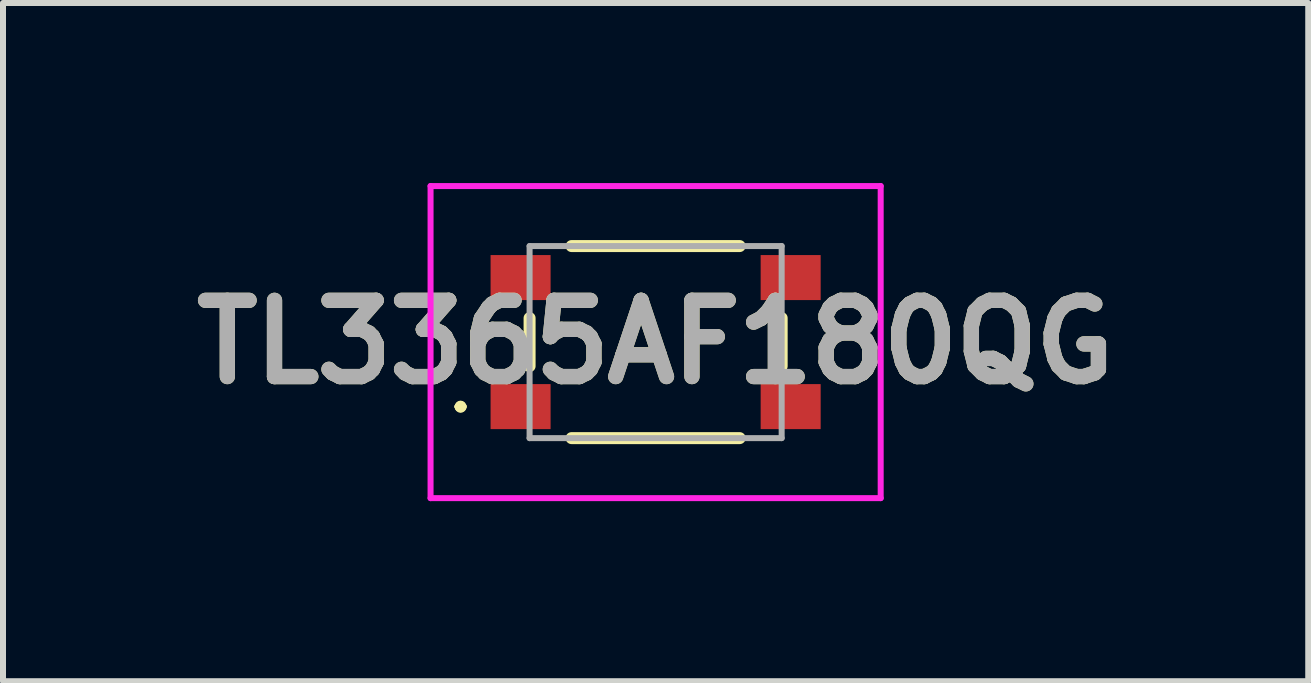
<source format=kicad_pcb>
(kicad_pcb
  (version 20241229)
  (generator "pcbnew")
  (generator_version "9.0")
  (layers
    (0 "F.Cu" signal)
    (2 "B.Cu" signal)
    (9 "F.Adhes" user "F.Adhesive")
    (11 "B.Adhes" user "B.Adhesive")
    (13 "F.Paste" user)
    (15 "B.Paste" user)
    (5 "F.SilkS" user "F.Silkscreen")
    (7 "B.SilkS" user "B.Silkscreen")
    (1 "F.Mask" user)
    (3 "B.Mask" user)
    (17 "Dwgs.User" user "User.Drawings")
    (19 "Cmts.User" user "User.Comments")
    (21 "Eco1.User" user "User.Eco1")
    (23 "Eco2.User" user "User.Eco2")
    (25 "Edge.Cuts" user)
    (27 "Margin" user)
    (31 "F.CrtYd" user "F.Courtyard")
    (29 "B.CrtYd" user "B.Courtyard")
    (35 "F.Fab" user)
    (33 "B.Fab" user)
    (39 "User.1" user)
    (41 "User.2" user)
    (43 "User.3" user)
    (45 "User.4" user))
  (footprint "TL3365AF180QG"
    (layer "F.Cu")
    (at 7.874 2.65)
    (property "Reference" "TL3365AF180QG" (at 0 0 0) (layer "F.SilkS") (effects (font (size 1.27 1.27) (thickness 0.254))))
    (attr smd)
    (fp_line (start -3.3 1.075) (end -3.3 1.075) (stroke (width 0.1) (type solid)) (layer "F.SilkS"))
    (fp_line (start -3.3 1.075) (end -3.3 1.075) (stroke (width 0.1) (type solid)) (layer "F.SilkS"))
    (fp_line (start -3.2 1.075) (end -3.2 1.075) (stroke (width 0.1) (type solid)) (layer "F.SilkS"))
    (fp_line (start -2.1 -0.4) (end -2.1 0.4) (stroke (width 0.2) (type solid)) (layer "F.SilkS"))
    (fp_line (start -1.4 -1.6) (end 1.4 -1.6) (stroke (width 0.2) (type solid)) (layer "F.SilkS"))
    (fp_line (start -1.4 1.6) (end 1.4 1.6) (stroke (width 0.2) (type solid)) (layer "F.SilkS"))
    (fp_line (start 2.1 -0.4) (end 2.1 0.4) (stroke (width 0.2) (type solid)) (layer "F.SilkS"))
    (fp_arc (start -3.3 1.075) (mid -3.25 1.025) (end -3.2 1.075) (stroke (width 0.1) (type solid)) (layer "F.SilkS"))
    (fp_arc (start -3.2 1.075) (mid -3.25 1.125) (end -3.3 1.075) (stroke (width 0.1) (type solid)) (layer "F.SilkS"))
    (fp_arc (start -3.2 1.075) (mid -3.25 1.125) (end -3.3 1.075) (stroke (width 0.1) (type solid)) (layer "F.SilkS"))
    (fp_line (start -3.75 -2.6) (end 3.75 -2.6) (stroke (width 0.1) (type solid)) (layer "F.CrtYd"))
    (fp_line (start -3.75 2.6) (end -3.75 -2.6) (stroke (width 0.1) (type solid)) (layer "F.CrtYd"))
    (fp_line (start 3.75 -2.6) (end 3.75 2.6) (stroke (width 0.1) (type solid)) (layer "F.CrtYd"))
    (fp_line (start 3.75 2.6) (end -3.75 2.6) (stroke (width 0.1) (type solid)) (layer "F.CrtYd"))
    (fp_line (start -2.1 -1.6) (end -2.1 1.6) (stroke (width 0.1) (type solid)) (layer "F.Fab"))
    (fp_line (start -2.1 1.6) (end 2.1 1.6) (stroke (width 0.1) (type solid)) (layer "F.Fab"))
    (fp_line (start 2.1 -1.6) (end -2.1 -1.6) (stroke (width 0.1) (type solid)) (layer "F.Fab"))
    (fp_line (start 2.1 1.6) (end 2.1 -1.6) (stroke (width 0.1) (type solid)) (layer "F.Fab"))
    (fp_text user "${REFERENCE}" (at 0 0 0) (layer "F.Fab") (effects (font (size 1.27 1.27) (thickness 0.254))))
    (pad "1" smd rect (at -2.25 -1.075 90) (size 0.75 1) (layers "F.Cu" "F.Mask" "F.Paste"))
    (pad "1" smd rect (at -2.25 1.075 90) (size 0.75 1) (layers "F.Cu" "F.Mask" "F.Paste"))
    (pad "2" smd rect (at 2.25 -1.075 90) (size 0.75 1) (layers "F.Cu" "F.Mask" "F.Paste"))
    (pad "2" smd rect (at 2.25 1.075 90) (size 0.75 1) (layers "F.Cu" "F.Mask" "F.Paste")))
  (gr_rect
    (start -3 -3)
    (end 18.748 8.3)
    (stroke (width 0.1) (type default))
    (fill no)
    (layer "Edge.Cuts")))
</source>
